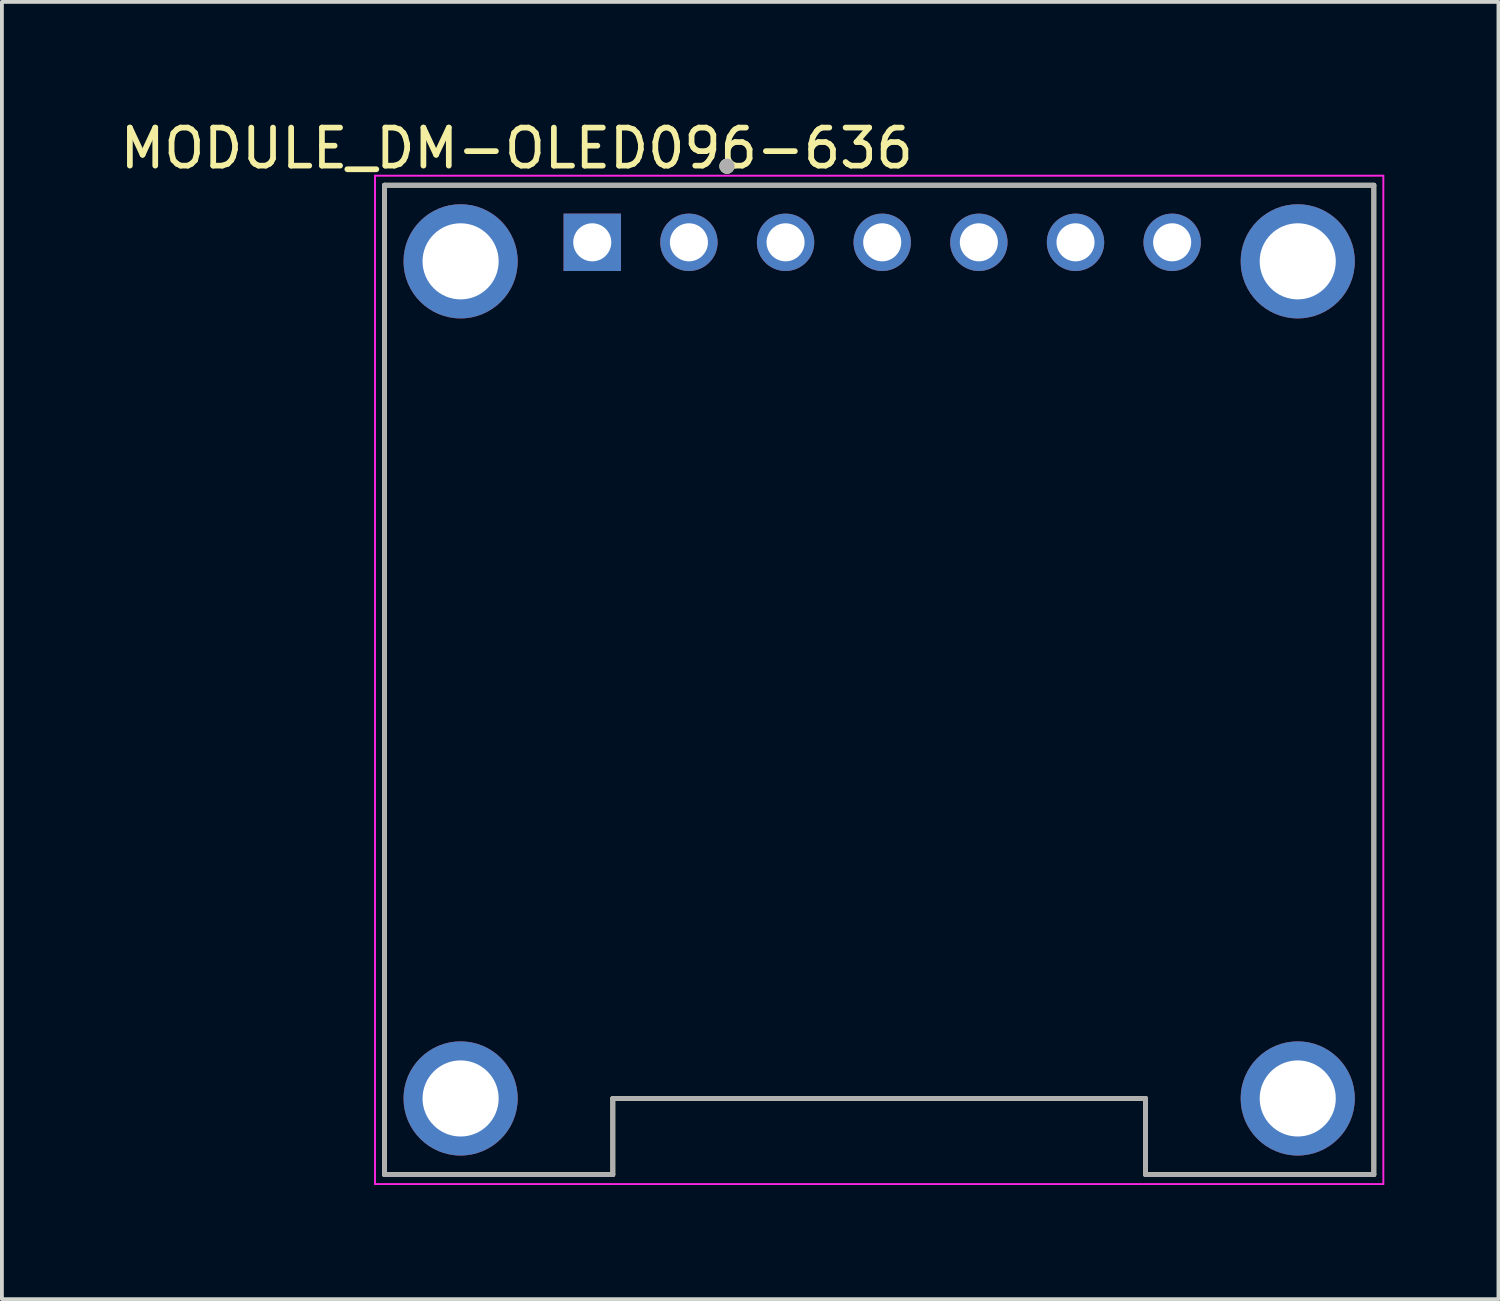
<source format=kicad_pcb>
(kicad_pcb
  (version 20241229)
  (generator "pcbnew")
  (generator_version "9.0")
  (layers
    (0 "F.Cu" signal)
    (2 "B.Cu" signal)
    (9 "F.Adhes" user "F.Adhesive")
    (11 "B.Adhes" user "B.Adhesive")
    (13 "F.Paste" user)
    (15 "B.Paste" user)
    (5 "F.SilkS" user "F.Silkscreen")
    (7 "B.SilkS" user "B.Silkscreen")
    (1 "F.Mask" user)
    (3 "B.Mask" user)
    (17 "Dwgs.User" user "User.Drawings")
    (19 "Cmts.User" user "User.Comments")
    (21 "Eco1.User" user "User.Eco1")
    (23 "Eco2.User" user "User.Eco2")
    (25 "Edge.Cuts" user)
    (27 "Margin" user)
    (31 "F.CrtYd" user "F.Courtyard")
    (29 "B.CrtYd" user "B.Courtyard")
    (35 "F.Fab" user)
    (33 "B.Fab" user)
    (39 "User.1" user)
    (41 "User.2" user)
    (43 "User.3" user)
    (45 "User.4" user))
  (footprint "MODULE_DM-OLED096-636"
    (layer "F.Cu")
    (at 20.055 14.818)
    (property "Reference" "MODULE_DM-OLED096-636" (at -9.525 -13.97 0) (layer "F.SilkS") (effects (font (size 1 1) (thickness 0.15))))
    (attr through_hole)
    (fp_line (start -13 -13) (end 13 -13) (stroke (width 0.127) (type solid)) (layer "F.SilkS"))
    (fp_line (start -13 13) (end -13 -13) (stroke (width 0.127) (type solid)) (layer "F.SilkS"))
    (fp_line (start -7 11) (end -7 13) (stroke (width 0.127) (type solid)) (layer "F.SilkS"))
    (fp_line (start -7 13) (end -13 13) (stroke (width 0.127) (type solid)) (layer "F.SilkS"))
    (fp_line (start 7 11) (end -7 11) (stroke (width 0.127) (type solid)) (layer "F.SilkS"))
    (fp_line (start 7 13) (end 7 11) (stroke (width 0.127) (type solid)) (layer "F.SilkS"))
    (fp_line (start 13 -13) (end 13 13) (stroke (width 0.127) (type solid)) (layer "F.SilkS"))
    (fp_line (start 13 13) (end 7 13) (stroke (width 0.127) (type solid)) (layer "F.SilkS"))
    (fp_circle (center -4 -13.5) (end -3.9 -13.5) (stroke (width 0.2) (type solid)) (fill no) (layer "F.SilkS"))
    (fp_line (start -13.25 -13.25) (end 13.25 -13.25) (stroke (width 0.05) (type solid)) (layer "F.CrtYd"))
    (fp_line (start -13.25 13.25) (end -13.25 -13.25) (stroke (width 0.05) (type solid)) (layer "F.CrtYd"))
    (fp_line (start 13.25 -13.25) (end 13.25 13.25) (stroke (width 0.05) (type solid)) (layer "F.CrtYd"))
    (fp_line (start 13.25 13.25) (end -13.25 13.25) (stroke (width 0.05) (type solid)) (layer "F.CrtYd"))
    (fp_line (start -13 -13) (end 13 -13) (stroke (width 0.127) (type solid)) (layer "F.Fab"))
    (fp_line (start -13 13) (end -13 -13) (stroke (width 0.127) (type solid)) (layer "F.Fab"))
    (fp_line (start -7 11) (end 7 11) (stroke (width 0.127) (type solid)) (layer "F.Fab"))
    (fp_line (start -7 13) (end -13 13) (stroke (width 0.127) (type solid)) (layer "F.Fab"))
    (fp_line (start -7 13) (end -7 11) (stroke (width 0.127) (type solid)) (layer "F.Fab"))
    (fp_line (start 7 11) (end 7 13) (stroke (width 0.127) (type solid)) (layer "F.Fab"))
    (fp_line (start 13 -13) (end 13 13) (stroke (width 0.127) (type solid)) (layer "F.Fab"))
    (fp_line (start 13 13) (end 7 13) (stroke (width 0.127) (type solid)) (layer "F.Fab"))
    (fp_circle (center -4 -13.5) (end -3.9 -13.5) (stroke (width 0.2) (type solid)) (fill no) (layer "F.Fab"))
    (pad "1" thru_hole rect (at -7.54 -11.5) (size 1.508 1.508) (drill 1) (layers "*.Cu" "*.Mask"))
    (pad "2" thru_hole circle (at -5 -11.5) (size 1.508 1.508) (drill 1) (layers "*.Cu" "*.Mask"))
    (pad "3" thru_hole circle (at -2.46 -11.5) (size 1.508 1.508) (drill 1) (layers "*.Cu" "*.Mask"))
    (pad "4" thru_hole circle (at 0.08 -11.5) (size 1.508 1.508) (drill 1) (layers "*.Cu" "*.Mask"))
    (pad "5" thru_hole circle (at 2.62 -11.5) (size 1.508 1.508) (drill 1) (layers "*.Cu" "*.Mask"))
    (pad "6" thru_hole circle (at 5.16 -11.5) (size 1.508 1.508) (drill 1) (layers "*.Cu" "*.Mask"))
    (pad "7" thru_hole circle (at 7.7 -11.5) (size 1.508 1.508) (drill 1) (layers "*.Cu" "*.Mask"))
    (pad "S1" thru_hole circle (at -11 -11) (size 3 3) (drill 2) (layers "*.Cu" "*.Mask"))
    (pad "S2" thru_hole circle (at 11 -11) (size 3 3) (drill 2) (layers "*.Cu" "*.Mask"))
    (pad "S3" thru_hole circle (at 11 11) (size 3 3) (drill 2) (layers "*.Cu" "*.Mask"))
    (pad "S4" thru_hole circle (at -11 11) (size 3 3) (drill 2) (layers "*.Cu" "*.Mask")))
  (gr_rect
    (start -3 -3)
    (end 36.33 31.093)
    (stroke (width 0.1) (type default))
    (fill no)
    (layer "Edge.Cuts")))
</source>
